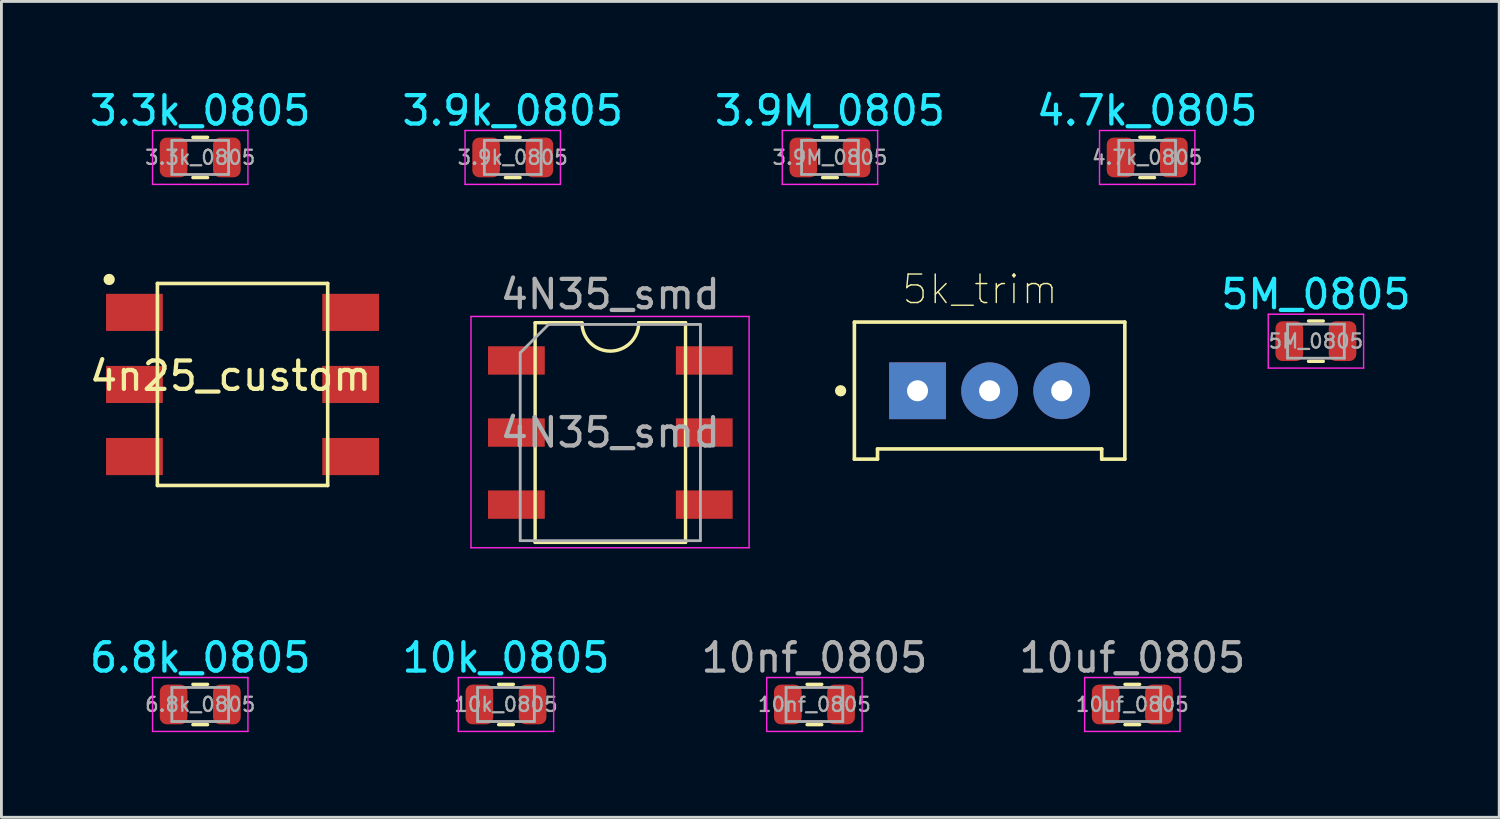
<source format=kicad_pcb>
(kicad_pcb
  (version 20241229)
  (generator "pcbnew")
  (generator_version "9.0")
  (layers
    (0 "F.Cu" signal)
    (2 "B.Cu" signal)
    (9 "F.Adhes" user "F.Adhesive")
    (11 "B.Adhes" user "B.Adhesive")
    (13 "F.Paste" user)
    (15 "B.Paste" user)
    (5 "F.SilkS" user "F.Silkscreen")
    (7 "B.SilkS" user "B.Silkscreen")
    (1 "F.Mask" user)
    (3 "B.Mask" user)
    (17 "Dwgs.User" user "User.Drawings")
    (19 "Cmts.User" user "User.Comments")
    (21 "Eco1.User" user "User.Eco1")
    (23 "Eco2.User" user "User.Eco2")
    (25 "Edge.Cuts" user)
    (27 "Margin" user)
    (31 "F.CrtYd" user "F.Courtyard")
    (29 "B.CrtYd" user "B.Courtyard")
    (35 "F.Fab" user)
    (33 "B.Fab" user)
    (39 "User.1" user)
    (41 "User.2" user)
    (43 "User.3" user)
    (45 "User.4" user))
  (footprint "4.7k_0805"
    (layer "F.Cu")
    (at 37.375 2.498)
    (property "Reference" "4.7k_0805" (at 0 -1.65 0) (layer "B.CrtYd") (effects (font (size 1 1) (thickness 0.15))))
    (attr smd)
    (fp_line (start -0.259 -0.71) (end 0.259 -0.71) (stroke (width 0.12) (type solid)) (layer "F.SilkS"))
    (fp_line (start -0.259 0.71) (end 0.259 0.71) (stroke (width 0.12) (type solid)) (layer "F.SilkS"))
    (fp_line (start -1.68 -0.95) (end 1.68 -0.95) (stroke (width 0.05) (type solid)) (layer "F.CrtYd"))
    (fp_line (start -1.68 0.95) (end -1.68 -0.95) (stroke (width 0.05) (type solid)) (layer "F.CrtYd"))
    (fp_line (start 1.68 -0.95) (end 1.68 0.95) (stroke (width 0.05) (type solid)) (layer "F.CrtYd"))
    (fp_line (start 1.68 0.95) (end -1.68 0.95) (stroke (width 0.05) (type solid)) (layer "F.CrtYd"))
    (fp_line (start -1 -0.6) (end 1 -0.6) (stroke (width 0.1) (type solid)) (layer "F.Fab"))
    (fp_line (start -1 0.6) (end -1 -0.6) (stroke (width 0.1) (type solid)) (layer "F.Fab"))
    (fp_line (start 1 -0.6) (end 1 0.6) (stroke (width 0.1) (type solid)) (layer "F.Fab"))
    (fp_line (start 1 0.6) (end -1 0.6) (stroke (width 0.1) (type solid)) (layer "F.Fab"))
    (fp_text user "${REFERENCE}" (at 0 0 0) (layer "F.Fab") (effects (font (size 0.5 0.5) (thickness 0.08))))
    (pad "1" smd roundrect (at -0.938 0) (size 0.975 1.4) (layers "F.Cu" "F.Mask" "F.Paste") (roundrect_rratio 0.25))
    (pad "2" smd roundrect (at 0.938 0) (size 0.975 1.4) (layers "F.Cu" "F.Mask" "F.Paste") (roundrect_rratio 0.25)))
  (footprint "3.3k_0805"
    (layer "F.Cu")
    (at 4.006 2.498)
    (property "Reference" "3.3k_0805" (at 0 -1.65 0) (layer "B.CrtYd") (effects (font (size 1 1) (thickness 0.15))))
    (attr smd)
    (fp_line (start -0.259 -0.71) (end 0.259 -0.71) (stroke (width 0.12) (type solid)) (layer "F.SilkS"))
    (fp_line (start -0.259 0.71) (end 0.259 0.71) (stroke (width 0.12) (type solid)) (layer "F.SilkS"))
    (fp_line (start -1.68 -0.95) (end 1.68 -0.95) (stroke (width 0.05) (type solid)) (layer "F.CrtYd"))
    (fp_line (start -1.68 0.95) (end -1.68 -0.95) (stroke (width 0.05) (type solid)) (layer "F.CrtYd"))
    (fp_line (start 1.68 -0.95) (end 1.68 0.95) (stroke (width 0.05) (type solid)) (layer "F.CrtYd"))
    (fp_line (start 1.68 0.95) (end -1.68 0.95) (stroke (width 0.05) (type solid)) (layer "F.CrtYd"))
    (fp_line (start -1 -0.6) (end 1 -0.6) (stroke (width 0.1) (type solid)) (layer "F.Fab"))
    (fp_line (start -1 0.6) (end -1 -0.6) (stroke (width 0.1) (type solid)) (layer "F.Fab"))
    (fp_line (start 1 -0.6) (end 1 0.6) (stroke (width 0.1) (type solid)) (layer "F.Fab"))
    (fp_line (start 1 0.6) (end -1 0.6) (stroke (width 0.1) (type solid)) (layer "F.Fab"))
    (fp_text user "${REFERENCE}" (at 0 0 0) (layer "F.Fab") (effects (font (size 0.5 0.5) (thickness 0.08))))
    (pad "1" smd roundrect (at -0.938 0) (size 0.975 1.4) (layers "F.Cu" "F.Mask" "F.Paste") (roundrect_rratio 0.25))
    (pad "2" smd roundrect (at 0.938 0) (size 0.975 1.4) (layers "F.Cu" "F.Mask" "F.Paste") (roundrect_rratio 0.25)))
  (footprint "10uf_0805"
    (layer "F.Cu")
    (at 36.851 21.775)
    (property "Reference" "10uf_0805" (at 0 -1.65 0) (layer "F.Fab") (effects (font (size 1 1) (thickness 0.15))))
    (attr smd)
    (fp_line (start -0.259 -0.71) (end 0.259 -0.71) (stroke (width 0.12) (type solid)) (layer "F.SilkS"))
    (fp_line (start -0.259 0.71) (end 0.259 0.71) (stroke (width 0.12) (type solid)) (layer "F.SilkS"))
    (fp_line (start -1.68 -0.95) (end 1.68 -0.95) (stroke (width 0.05) (type solid)) (layer "F.CrtYd"))
    (fp_line (start -1.68 0.95) (end -1.68 -0.95) (stroke (width 0.05) (type solid)) (layer "F.CrtYd"))
    (fp_line (start 1.68 -0.95) (end 1.68 0.95) (stroke (width 0.05) (type solid)) (layer "F.CrtYd"))
    (fp_line (start 1.68 0.95) (end -1.68 0.95) (stroke (width 0.05) (type solid)) (layer "F.CrtYd"))
    (fp_line (start -1 -0.6) (end 1 -0.6) (stroke (width 0.1) (type solid)) (layer "F.Fab"))
    (fp_line (start -1 0.6) (end -1 -0.6) (stroke (width 0.1) (type solid)) (layer "F.Fab"))
    (fp_line (start 1 -0.6) (end 1 0.6) (stroke (width 0.1) (type solid)) (layer "F.Fab"))
    (fp_line (start 1 0.6) (end -1 0.6) (stroke (width 0.1) (type solid)) (layer "F.Fab"))
    (fp_text user "${REFERENCE}" (at 0 0 0) (layer "F.Fab") (effects (font (size 0.5 0.5) (thickness 0.08))))
    (pad "1" smd roundrect (at -0.938 0) (size 0.975 1.4) (layers "F.Cu" "F.Mask" "F.Paste") (roundrect_rratio 0.25))
    (pad "2" smd roundrect (at 0.938 0) (size 0.975 1.4) (layers "F.Cu" "F.Mask" "F.Paste") (roundrect_rratio 0.25)))
  (footprint "3.9k_0805"
    (layer "F.Cu")
    (at 15.018 2.498)
    (property "Reference" "3.9k_0805" (at 0 -1.65 0) (layer "B.CrtYd") (effects (font (size 1 1) (thickness 0.15))))
    (attr smd)
    (fp_line (start -0.259 -0.71) (end 0.259 -0.71) (stroke (width 0.12) (type solid)) (layer "F.SilkS"))
    (fp_line (start -0.259 0.71) (end 0.259 0.71) (stroke (width 0.12) (type solid)) (layer "F.SilkS"))
    (fp_line (start -1.68 -0.95) (end 1.68 -0.95) (stroke (width 0.05) (type solid)) (layer "F.CrtYd"))
    (fp_line (start -1.68 0.95) (end -1.68 -0.95) (stroke (width 0.05) (type solid)) (layer "F.CrtYd"))
    (fp_line (start 1.68 -0.95) (end 1.68 0.95) (stroke (width 0.05) (type solid)) (layer "F.CrtYd"))
    (fp_line (start 1.68 0.95) (end -1.68 0.95) (stroke (width 0.05) (type solid)) (layer "F.CrtYd"))
    (fp_line (start -1 -0.6) (end 1 -0.6) (stroke (width 0.1) (type solid)) (layer "F.Fab"))
    (fp_line (start -1 0.6) (end -1 -0.6) (stroke (width 0.1) (type solid)) (layer "F.Fab"))
    (fp_line (start 1 -0.6) (end 1 0.6) (stroke (width 0.1) (type solid)) (layer "F.Fab"))
    (fp_line (start 1 0.6) (end -1 0.6) (stroke (width 0.1) (type solid)) (layer "F.Fab"))
    (fp_text user "${REFERENCE}" (at 0 0 0) (layer "F.Fab") (effects (font (size 0.5 0.5) (thickness 0.08))))
    (pad "1" smd roundrect (at -0.938 0) (size 0.975 1.4) (layers "F.Cu" "F.Mask" "F.Paste") (roundrect_rratio 0.25))
    (pad "2" smd roundrect (at 0.938 0) (size 0.975 1.4) (layers "F.Cu" "F.Mask" "F.Paste") (roundrect_rratio 0.25)))
  (footprint "5k_trim"
    (layer "F.Cu")
    (at 31.822 10.72)
    (property "Reference" "5k_trim" (at -0.338 -3.571 0) (layer "F.SilkS") (effects (font (size 1.004 1.004) (thickness 0.05))))
    (attr through_hole)
    (fp_line (start -4.765 -2.42) (end 4.765 -2.42) (stroke (width 0.127) (type solid)) (layer "F.SilkS"))
    (fp_line (start -4.765 2.41) (end -4.765 -2.42) (stroke (width 0.127) (type solid)) (layer "F.SilkS"))
    (fp_line (start -3.95 2.05) (end -3.95 2.41) (stroke (width 0.127) (type solid)) (layer "F.SilkS"))
    (fp_line (start -3.95 2.41) (end -4.765 2.41) (stroke (width 0.127) (type solid)) (layer "F.SilkS"))
    (fp_line (start 3.95 2.05) (end -3.95 2.05) (stroke (width 0.127) (type solid)) (layer "F.SilkS"))
    (fp_line (start 3.95 2.41) (end 3.95 2.05) (stroke (width 0.127) (type solid)) (layer "F.SilkS"))
    (fp_line (start 4.765 -2.42) (end 4.765 2.41) (stroke (width 0.127) (type solid)) (layer "F.SilkS"))
    (fp_line (start 4.765 2.41) (end 3.95 2.41) (stroke (width 0.127) (type solid)) (layer "F.SilkS"))
    (fp_circle (center -5.25 0) (end -5.15 0) (stroke (width 0.2) (type solid)) (fill no) (layer "F.SilkS"))
    (fp_line (start -5.015 -2.67) (end 5.015 -2.67) (stroke (width 0.05) (type solid)) (layer "Eco1.User"))
    (fp_line (start -5.015 2.66) (end -5.015 -2.67) (stroke (width 0.05) (type solid)) (layer "Eco1.User"))
    (fp_line (start 5.015 -2.67) (end 5.015 2.66) (stroke (width 0.05) (type solid)) (layer "Eco1.User"))
    (fp_line (start 5.015 2.66) (end -5.015 2.66) (stroke (width 0.05) (type solid)) (layer "Eco1.User"))
    (fp_line (start -4.765 -2.42) (end 4.765 -2.42) (stroke (width 0.127) (type solid)) (layer "Eco2.User"))
    (fp_line (start -4.765 2.41) (end -4.765 -2.42) (stroke (width 0.127) (type solid)) (layer "Eco2.User"))
    (fp_line (start -3.95 2.05) (end -3.95 2.41) (stroke (width 0.127) (type solid)) (layer "Eco2.User"))
    (fp_line (start -3.95 2.41) (end -4.765 2.41) (stroke (width 0.127) (type solid)) (layer "Eco2.User"))
    (fp_line (start 3.95 2.05) (end -3.95 2.05) (stroke (width 0.127) (type solid)) (layer "Eco2.User"))
    (fp_line (start 3.95 2.41) (end 3.95 2.05) (stroke (width 0.127) (type solid)) (layer "Eco2.User"))
    (fp_line (start 4.765 -2.42) (end 4.765 2.41) (stroke (width 0.127) (type solid)) (layer "Eco2.User"))
    (fp_line (start 4.765 2.41) (end 3.95 2.41) (stroke (width 0.127) (type solid)) (layer "Eco2.User"))
    (pad "1" thru_hole rect (at -2.54 0) (size 2 2) (drill 0.74) (layers "*.Cu" "*.Mask"))
    (pad "2" thru_hole circle (at 0 0) (size 2 2) (drill 0.74) (layers "*.Cu" "*.Mask"))
    (pad "3" thru_hole circle (at 2.54 0) (size 2 2) (drill 0.74) (layers "*.Cu" "*.Mask")))
  (footprint "5M_0805"
    (layer "F.Cu")
    (at 43.321 8.972)
    (property "Reference" "5M_0805" (at 0 -1.65 0) (layer "B.CrtYd") (effects (font (size 1 1) (thickness 0.15))))
    (attr smd)
    (fp_line (start -0.259 -0.71) (end 0.259 -0.71) (stroke (width 0.12) (type solid)) (layer "F.SilkS"))
    (fp_line (start -0.259 0.71) (end 0.259 0.71) (stroke (width 0.12) (type solid)) (layer "F.SilkS"))
    (fp_line (start -1.68 -0.95) (end 1.68 -0.95) (stroke (width 0.05) (type solid)) (layer "F.CrtYd"))
    (fp_line (start -1.68 0.95) (end -1.68 -0.95) (stroke (width 0.05) (type solid)) (layer "F.CrtYd"))
    (fp_line (start 1.68 -0.95) (end 1.68 0.95) (stroke (width 0.05) (type solid)) (layer "F.CrtYd"))
    (fp_line (start 1.68 0.95) (end -1.68 0.95) (stroke (width 0.05) (type solid)) (layer "F.CrtYd"))
    (fp_line (start -1 -0.6) (end 1 -0.6) (stroke (width 0.1) (type solid)) (layer "F.Fab"))
    (fp_line (start -1 0.6) (end -1 -0.6) (stroke (width 0.1) (type solid)) (layer "F.Fab"))
    (fp_line (start 1 -0.6) (end 1 0.6) (stroke (width 0.1) (type solid)) (layer "F.Fab"))
    (fp_line (start 1 0.6) (end -1 0.6) (stroke (width 0.1) (type solid)) (layer "F.Fab"))
    (fp_text user "${REFERENCE}" (at 0 0 0) (layer "F.Fab") (effects (font (size 0.5 0.5) (thickness 0.08))))
    (pad "1" smd roundrect (at -0.938 0) (size 0.975 1.4) (layers "F.Cu" "F.Mask" "F.Paste") (roundrect_rratio 0.25))
    (pad "2" smd roundrect (at 0.938 0) (size 0.975 1.4) (layers "F.Cu" "F.Mask" "F.Paste") (roundrect_rratio 0.25)))
  (footprint "10nf_0805"
    (layer "F.Cu")
    (at 25.649 21.775)
    (property "Reference" "10nf_0805" (at 0 -1.65 0) (layer "F.Fab") (effects (font (size 1 1) (thickness 0.15))))
    (attr smd)
    (fp_line (start -0.259 -0.71) (end 0.259 -0.71) (stroke (width 0.12) (type solid)) (layer "F.SilkS"))
    (fp_line (start -0.259 0.71) (end 0.259 0.71) (stroke (width 0.12) (type solid)) (layer "F.SilkS"))
    (fp_line (start -1.68 -0.95) (end 1.68 -0.95) (stroke (width 0.05) (type solid)) (layer "F.CrtYd"))
    (fp_line (start -1.68 0.95) (end -1.68 -0.95) (stroke (width 0.05) (type solid)) (layer "F.CrtYd"))
    (fp_line (start 1.68 -0.95) (end 1.68 0.95) (stroke (width 0.05) (type solid)) (layer "F.CrtYd"))
    (fp_line (start 1.68 0.95) (end -1.68 0.95) (stroke (width 0.05) (type solid)) (layer "F.CrtYd"))
    (fp_line (start -1 -0.6) (end 1 -0.6) (stroke (width 0.1) (type solid)) (layer "F.Fab"))
    (fp_line (start -1 0.6) (end -1 -0.6) (stroke (width 0.1) (type solid)) (layer "F.Fab"))
    (fp_line (start 1 -0.6) (end 1 0.6) (stroke (width 0.1) (type solid)) (layer "F.Fab"))
    (fp_line (start 1 0.6) (end -1 0.6) (stroke (width 0.1) (type solid)) (layer "F.Fab"))
    (fp_text user "${REFERENCE}" (at 0 0 0) (layer "F.Fab") (effects (font (size 0.5 0.5) (thickness 0.08))))
    (pad "1" smd roundrect (at -0.938 0) (size 0.975 1.4) (layers "F.Cu" "F.Mask" "F.Paste") (roundrect_rratio 0.25))
    (pad "2" smd roundrect (at 0.938 0) (size 0.975 1.4) (layers "F.Cu" "F.Mask" "F.Paste") (roundrect_rratio 0.25)))
  (footprint "3.9M_0805"
    (layer "F.Cu")
    (at 26.196 2.498)
    (property "Reference" "3.9M_0805" (at 0 -1.65 0) (layer "B.CrtYd") (effects (font (size 1 1) (thickness 0.15))))
    (attr smd)
    (fp_line (start -0.259 -0.71) (end 0.259 -0.71) (stroke (width 0.12) (type solid)) (layer "F.SilkS"))
    (fp_line (start -0.259 0.71) (end 0.259 0.71) (stroke (width 0.12) (type solid)) (layer "F.SilkS"))
    (fp_line (start -1.68 -0.95) (end 1.68 -0.95) (stroke (width 0.05) (type solid)) (layer "F.CrtYd"))
    (fp_line (start -1.68 0.95) (end -1.68 -0.95) (stroke (width 0.05) (type solid)) (layer "F.CrtYd"))
    (fp_line (start 1.68 -0.95) (end 1.68 0.95) (stroke (width 0.05) (type solid)) (layer "F.CrtYd"))
    (fp_line (start 1.68 0.95) (end -1.68 0.95) (stroke (width 0.05) (type solid)) (layer "F.CrtYd"))
    (fp_line (start -1 -0.6) (end 1 -0.6) (stroke (width 0.1) (type solid)) (layer "F.Fab"))
    (fp_line (start -1 0.6) (end -1 -0.6) (stroke (width 0.1) (type solid)) (layer "F.Fab"))
    (fp_line (start 1 -0.6) (end 1 0.6) (stroke (width 0.1) (type solid)) (layer "F.Fab"))
    (fp_line (start 1 0.6) (end -1 0.6) (stroke (width 0.1) (type solid)) (layer "F.Fab"))
    (fp_text user "${REFERENCE}" (at 0 0 0) (layer "F.Fab") (effects (font (size 0.5 0.5) (thickness 0.08))))
    (pad "1" smd roundrect (at -0.938 0) (size 0.975 1.4) (layers "F.Cu" "F.Mask" "F.Paste") (roundrect_rratio 0.25))
    (pad "2" smd roundrect (at 0.938 0) (size 0.975 1.4) (layers "F.Cu" "F.Mask" "F.Paste") (roundrect_rratio 0.25)))
  (footprint "4n25_custom"
    (layer "F.Cu")
    (at 5.077 9.698)
    (property "Reference" "4n25_custom" (at 0 0.5 0) (layer "F.SilkS") (effects (font (size 1 1) (thickness 0.15))))
    (attr through_hole)
    (fp_line (start -2.58 -2.76) (end 3.42 -2.76) (stroke (width 0.127) (type solid)) (layer "F.SilkS"))
    (fp_line (start -2.58 4.36) (end -2.58 -2.76) (stroke (width 0.127) (type solid)) (layer "F.SilkS"))
    (fp_line (start 3.42 -2.76) (end 3.42 4.36) (stroke (width 0.127) (type solid)) (layer "F.SilkS"))
    (fp_line (start 3.42 4.36) (end -2.58 4.36) (stroke (width 0.127) (type solid)) (layer "F.SilkS"))
    (fp_circle (center -4.28 -2.9) (end -4.18 -2.9) (stroke (width 0.2) (type solid)) (fill no) (layer "F.SilkS"))
    (fp_line (start -4.58 -3.2) (end 5.42 -3.2) (stroke (width 0.05) (type solid)) (layer "Eco1.User"))
    (fp_line (start -4.58 4.8) (end -4.58 -3.2) (stroke (width 0.05) (type solid)) (layer "Eco1.User"))
    (fp_line (start 5.42 -3.2) (end 5.42 4.8) (stroke (width 0.05) (type solid)) (layer "Eco1.User"))
    (fp_line (start 5.42 4.8) (end -4.58 4.8) (stroke (width 0.05) (type solid)) (layer "Eco1.User"))
    (fp_line (start -2.58 -2.76) (end 3.42 -2.76) (stroke (width 0.127) (type solid)) (layer "Eco2.User"))
    (fp_line (start -2.58 4.36) (end -2.58 -2.76) (stroke (width 0.127) (type solid)) (layer "Eco2.User"))
    (fp_line (start 3.42 -2.76) (end 3.42 4.36) (stroke (width 0.127) (type solid)) (layer "Eco2.User"))
    (fp_line (start 3.42 4.36) (end -2.58 4.36) (stroke (width 0.127) (type solid)) (layer "Eco2.User"))
    (fp_circle (center -1.68 -1.7) (end -1.23 -1.7) (stroke (width 0.127) (type solid)) (fill no) (layer "Eco2.User"))
    (pad "1" smd rect (at -3.39 -1.74) (size 2 1.308) (layers "F.Cu" "F.Mask" "F.Paste"))
    (pad "2" smd rect (at -3.39 0.8) (size 2 1.308) (layers "F.Cu" "F.Mask" "F.Paste"))
    (pad "3" smd rect (at -3.39 3.34) (size 2 1.308) (layers "F.Cu" "F.Mask" "F.Paste"))
    (pad "4" smd rect (at 4.23 3.34) (size 2 1.308) (layers "F.Cu" "F.Mask" "F.Paste"))
    (pad "5" smd rect (at 4.23 0.8) (size 2 1.308) (layers "F.Cu" "F.Mask" "F.Paste"))
    (pad "6" smd rect (at 4.23 -1.74) (size 2 1.308) (layers "F.Cu" "F.Mask" "F.Paste")))
  (footprint "6.8k_0805"
    (layer "F.Cu")
    (at 4.006 21.775)
    (property "Reference" "6.8k_0805" (at 0 -1.65 0) (layer "B.CrtYd") (effects (font (size 1 1) (thickness 0.15))))
    (attr smd)
    (fp_line (start -0.259 -0.71) (end 0.259 -0.71) (stroke (width 0.12) (type solid)) (layer "F.SilkS"))
    (fp_line (start -0.259 0.71) (end 0.259 0.71) (stroke (width 0.12) (type solid)) (layer "F.SilkS"))
    (fp_line (start -1.68 -0.95) (end 1.68 -0.95) (stroke (width 0.05) (type solid)) (layer "F.CrtYd"))
    (fp_line (start -1.68 0.95) (end -1.68 -0.95) (stroke (width 0.05) (type solid)) (layer "F.CrtYd"))
    (fp_line (start 1.68 -0.95) (end 1.68 0.95) (stroke (width 0.05) (type solid)) (layer "F.CrtYd"))
    (fp_line (start 1.68 0.95) (end -1.68 0.95) (stroke (width 0.05) (type solid)) (layer "F.CrtYd"))
    (fp_line (start -1 -0.6) (end 1 -0.6) (stroke (width 0.1) (type solid)) (layer "F.Fab"))
    (fp_line (start -1 0.6) (end -1 -0.6) (stroke (width 0.1) (type solid)) (layer "F.Fab"))
    (fp_line (start 1 -0.6) (end 1 0.6) (stroke (width 0.1) (type solid)) (layer "F.Fab"))
    (fp_line (start 1 0.6) (end -1 0.6) (stroke (width 0.1) (type solid)) (layer "F.Fab"))
    (fp_text user "${REFERENCE}" (at 0 0 0) (layer "F.Fab") (effects (font (size 0.5 0.5) (thickness 0.08))))
    (pad "1" smd roundrect (at -0.938 0) (size 0.975 1.4) (layers "F.Cu" "F.Mask" "F.Paste") (roundrect_rratio 0.25))
    (pad "2" smd roundrect (at 0.938 0) (size 0.975 1.4) (layers "F.Cu" "F.Mask" "F.Paste") (roundrect_rratio 0.25)))
  (footprint "4N35_smd"
    (layer "F.Cu")
    (at 14.647 9.652)
    (property "Reference" "4N35_smd" (at 3.81 -2.33 0) (layer "F.Fab") (effects (font (size 1 1) (thickness 0.15))))
    (attr through_hole)
    (fp_line (start 1.16 -1.33) (end 1.16 6.41) (stroke (width 0.12) (type solid)) (layer "F.SilkS"))
    (fp_line (start 1.16 6.41) (end 6.46 6.41) (stroke (width 0.12) (type solid)) (layer "F.SilkS"))
    (fp_line (start 2.81 -1.33) (end 1.16 -1.33) (stroke (width 0.12) (type solid)) (layer "F.SilkS"))
    (fp_line (start 6.46 -1.33) (end 4.81 -1.33) (stroke (width 0.12) (type solid)) (layer "F.SilkS"))
    (fp_line (start 6.46 6.41) (end 6.46 -1.33) (stroke (width 0.12) (type solid)) (layer "F.SilkS"))
    (fp_arc (start 4.81 -1.33) (mid 3.81 -0.33) (end 2.81 -1.33) (stroke (width 0.12) (type solid)) (layer "F.SilkS"))
    (fp_line (start -1.1 -1.55) (end -1.1 6.6) (stroke (width 0.05) (type solid)) (layer "F.CrtYd"))
    (fp_line (start -1.1 6.6) (end 8.7 6.6) (stroke (width 0.05) (type solid)) (layer "F.CrtYd"))
    (fp_line (start 8.7 -1.55) (end -1.1 -1.55) (stroke (width 0.05) (type solid)) (layer "F.CrtYd"))
    (fp_line (start 8.7 6.6) (end 8.7 -1.55) (stroke (width 0.05) (type solid)) (layer "F.CrtYd"))
    (fp_line (start 0.635 -0.27) (end 1.635 -1.27) (stroke (width 0.1) (type solid)) (layer "F.Fab"))
    (fp_line (start 0.635 6.35) (end 0.635 -0.27) (stroke (width 0.1) (type solid)) (layer "F.Fab"))
    (fp_line (start 1.635 -1.27) (end 6.985 -1.27) (stroke (width 0.1) (type solid)) (layer "F.Fab"))
    (fp_line (start 6.985 -1.27) (end 6.985 6.35) (stroke (width 0.1) (type solid)) (layer "F.Fab"))
    (fp_line (start 6.985 6.35) (end 0.635 6.35) (stroke (width 0.1) (type solid)) (layer "F.Fab"))
    (fp_text user "${REFERENCE}" (at 3.81 2.54 0) (layer "F.Fab") (effects (font (size 1 1) (thickness 0.15))))
    (pad "1" smd trapezoid (at 0.5 0) (size 2 1) (layers "F.Cu" "F.Mask" "F.Paste"))
    (pad "2" smd trapezoid (at 0.5 2.54) (size 2 1) (layers "F.Cu" "F.Mask" "F.Paste"))
    (pad "3" smd rect (at 0.5 5.08) (size 2 1) (layers "F.Cu" "F.Mask" "F.Paste"))
    (pad "4" smd rect (at 7.12 5.08) (size 2 1) (layers "F.Cu" "F.Mask" "F.Paste"))
    (pad "5" smd rect (at 7.12 2.54) (size 2 1) (layers "F.Cu" "F.Mask" "F.Paste"))
    (pad "6" smd trapezoid (at 7.12 0) (size 2 1) (layers "F.Cu" "F.Mask" "F.Paste")))
  (footprint "10k_0805"
    (layer "F.Cu")
    (at 14.78 21.775)
    (property "Reference" "10k_0805" (at 0 -1.65 0) (layer "B.CrtYd") (effects (font (size 1 1) (thickness 0.15))))
    (attr smd)
    (fp_line (start -0.259 -0.71) (end 0.259 -0.71) (stroke (width 0.12) (type solid)) (layer "F.SilkS"))
    (fp_line (start -0.259 0.71) (end 0.259 0.71) (stroke (width 0.12) (type solid)) (layer "F.SilkS"))
    (fp_line (start -1.68 -0.95) (end 1.68 -0.95) (stroke (width 0.05) (type solid)) (layer "F.CrtYd"))
    (fp_line (start -1.68 0.95) (end -1.68 -0.95) (stroke (width 0.05) (type solid)) (layer "F.CrtYd"))
    (fp_line (start 1.68 -0.95) (end 1.68 0.95) (stroke (width 0.05) (type solid)) (layer "F.CrtYd"))
    (fp_line (start 1.68 0.95) (end -1.68 0.95) (stroke (width 0.05) (type solid)) (layer "F.CrtYd"))
    (fp_line (start -1 -0.6) (end 1 -0.6) (stroke (width 0.1) (type solid)) (layer "F.Fab"))
    (fp_line (start -1 0.6) (end -1 -0.6) (stroke (width 0.1) (type solid)) (layer "F.Fab"))
    (fp_line (start 1 -0.6) (end 1 0.6) (stroke (width 0.1) (type solid)) (layer "F.Fab"))
    (fp_line (start 1 0.6) (end -1 0.6) (stroke (width 0.1) (type solid)) (layer "F.Fab"))
    (fp_text user "${REFERENCE}" (at 0 0 0) (layer "F.Fab") (effects (font (size 0.5 0.5) (thickness 0.08))))
    (pad "1" smd roundrect (at -0.938 0) (size 0.975 1.4) (layers "F.Cu" "F.Mask" "F.Paste") (roundrect_rratio 0.25))
    (pad "2" smd roundrect (at 0.938 0) (size 0.975 1.4) (layers "F.Cu" "F.Mask" "F.Paste") (roundrect_rratio 0.25)))
  (gr_rect
    (start -3 -3)
    (end 49.779 25.75)
    (stroke (width 0.1) (type default))
    (fill no)
    (layer "Edge.Cuts")))
</source>
